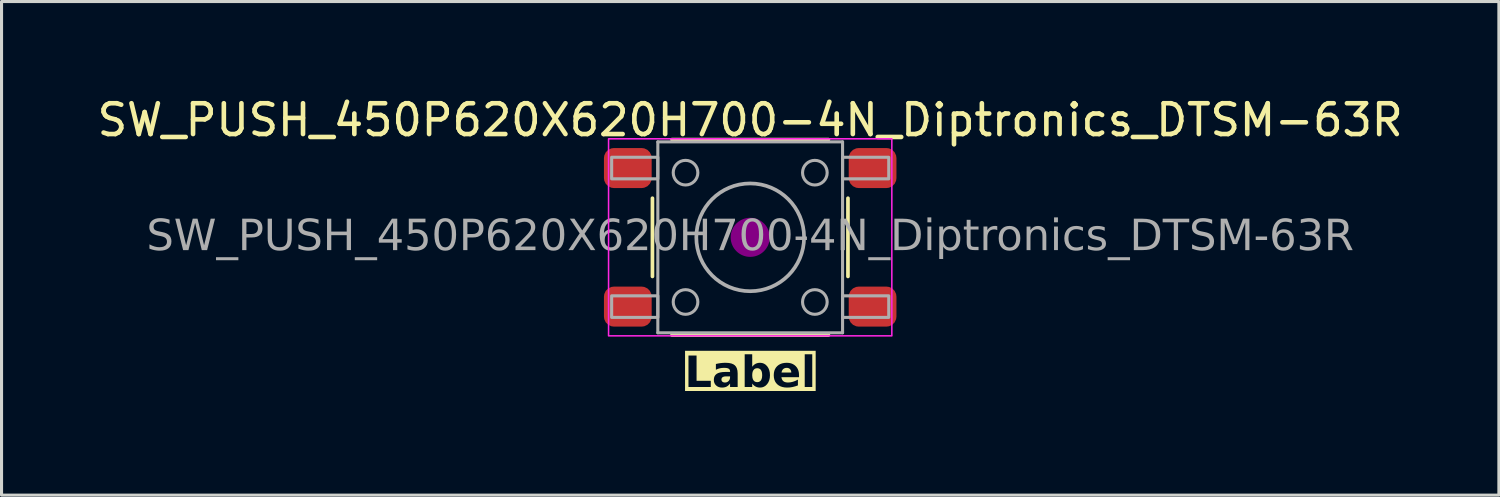
<source format=kicad_pcb>
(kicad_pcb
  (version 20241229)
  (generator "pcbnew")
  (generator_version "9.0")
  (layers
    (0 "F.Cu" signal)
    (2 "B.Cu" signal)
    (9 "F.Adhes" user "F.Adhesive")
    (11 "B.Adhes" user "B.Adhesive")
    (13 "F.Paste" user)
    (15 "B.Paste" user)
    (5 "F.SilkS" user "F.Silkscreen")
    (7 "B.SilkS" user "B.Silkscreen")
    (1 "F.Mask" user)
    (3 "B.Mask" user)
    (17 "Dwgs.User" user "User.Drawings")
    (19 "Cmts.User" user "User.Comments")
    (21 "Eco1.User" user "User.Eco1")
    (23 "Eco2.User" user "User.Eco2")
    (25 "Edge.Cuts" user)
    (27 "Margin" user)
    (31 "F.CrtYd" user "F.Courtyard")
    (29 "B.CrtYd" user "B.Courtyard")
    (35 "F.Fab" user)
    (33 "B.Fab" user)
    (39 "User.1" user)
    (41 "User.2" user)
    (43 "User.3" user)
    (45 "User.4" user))
  (footprint "SW_PUSH_450P620X620H700-4N_Diptronics_DTSM-63R"
    (layer "F.Cu")
    (at 21.315 4.658)
    (property "Reference" "SW_PUSH_450P620X620H700-4N_Diptronics_DTSM-63R" (at 0 -3.81 0) (layer "F.SilkS") (effects (font (size 1 1) (thickness 0.15))))
    (property "Label" "Label" (at 0 4.445 0) (layer "F.SilkS" knockout) (effects (font (face "Tahoma") (size 1 1) (thickness 0.2) (bold yes))))
    (attr smd)
    (fp_line (start -3.175 -1.27) (end -3.175 1.27) (stroke (width 0.12) (type solid)) (layer "F.SilkS"))
    (fp_line (start -2.54 -3.175) (end 2.54 -3.175) (stroke (width 0.12) (type solid)) (layer "F.SilkS"))
    (fp_line (start -2.54 3.175) (end 2.54 3.175) (stroke (width 0.12) (type solid)) (layer "F.SilkS"))
    (fp_line (start 3.175 1.27) (end 3.175 -1.27) (stroke (width 0.12) (type solid)) (layer "F.SilkS"))
    (fp_circle (center 0 0) (end 0.635 0) (stroke (width 0) (type solid)) (fill yes) (layer "F.Adhes"))
    (fp_rect (start -4.6 -3.2) (end 4.6 3.2) (stroke (width 0.05) (type default)) (fill no) (layer "F.CrtYd"))
    (fp_line (start -3 -3.1) (end 3 -3.1) (stroke (width 0.1) (type solid)) (layer "F.Fab"))
    (fp_line (start -3 3.1) (end -3 -3.1) (stroke (width 0.1) (type solid)) (layer "F.Fab"))
    (fp_line (start 3 -3.1) (end 3 3.1) (stroke (width 0.1) (type solid)) (layer "F.Fab"))
    (fp_line (start 3 3.1) (end -3 3.1) (stroke (width 0.1) (type solid)) (layer "F.Fab"))
    (fp_rect (start -4.5 -2.6) (end -3 -1.9) (stroke (width 0.1) (type solid)) (fill no) (layer "F.Fab"))
    (fp_rect (start -4.5 2.6) (end -3 1.9) (stroke (width 0.1) (type solid)) (fill no) (layer "F.Fab"))
    (fp_rect (start 4.5 -2.6) (end 3 -1.9) (stroke (width 0.1) (type solid)) (fill no) (layer "F.Fab"))
    (fp_rect (start 4.5 2.6) (end 3 1.9) (stroke (width 0.1) (type solid)) (fill no) (layer "F.Fab"))
    (fp_circle (center -2.1 -2.1) (end -1.7 -2.1) (stroke (width 0.1) (type default)) (fill no) (layer "F.Fab"))
    (fp_circle (center -2.1 2.1) (end -1.7 2.1) (stroke (width 0.1) (type default)) (fill no) (layer "F.Fab"))
    (fp_circle (center 0 0) (end 1.75 0) (stroke (width 0.12) (type solid)) (fill no) (layer "F.Fab"))
    (fp_circle (center 2.1 -2.1) (end 2.5 -2.1) (stroke (width 0.1) (type default)) (fill no) (layer "F.Fab"))
    (fp_circle (center 2.1 2.1) (end 2.5 2.1) (stroke (width 0.1) (type default)) (fill no) (layer "F.Fab"))
    (fp_text user "${REFERENCE}" (at 0 0 0) (layer "F.Fab") (effects (font (face "Tahoma") (size 1 1) (thickness 0.15))))
    (pad "1" smd roundrect (at -3.975 -2.25) (size 1.55 1.3) (layers "F.Cu" "F.Mask" "F.Paste") (roundrect_rratio 0.25))
    (pad "2" smd roundrect (at -3.975 2.25) (size 1.55 1.3) (layers "F.Cu" "F.Mask" "F.Paste") (roundrect_rratio 0.25))
    (pad "3" smd roundrect (at 3.975 -2.25) (size 1.55 1.3) (layers "F.Cu" "F.Mask" "F.Paste") (roundrect_rratio 0.25))
    (pad "4" smd roundrect (at 3.975 2.25) (size 1.55 1.3) (layers "F.Cu" "F.Mask" "F.Paste") (roundrect_rratio 0.25)))
  (gr_rect
    (start -3 -3)
    (end 45.631 13.031)
    (stroke (width 0.1) (type default))
    (fill no)
    (layer "Edge.Cuts")))
</source>
